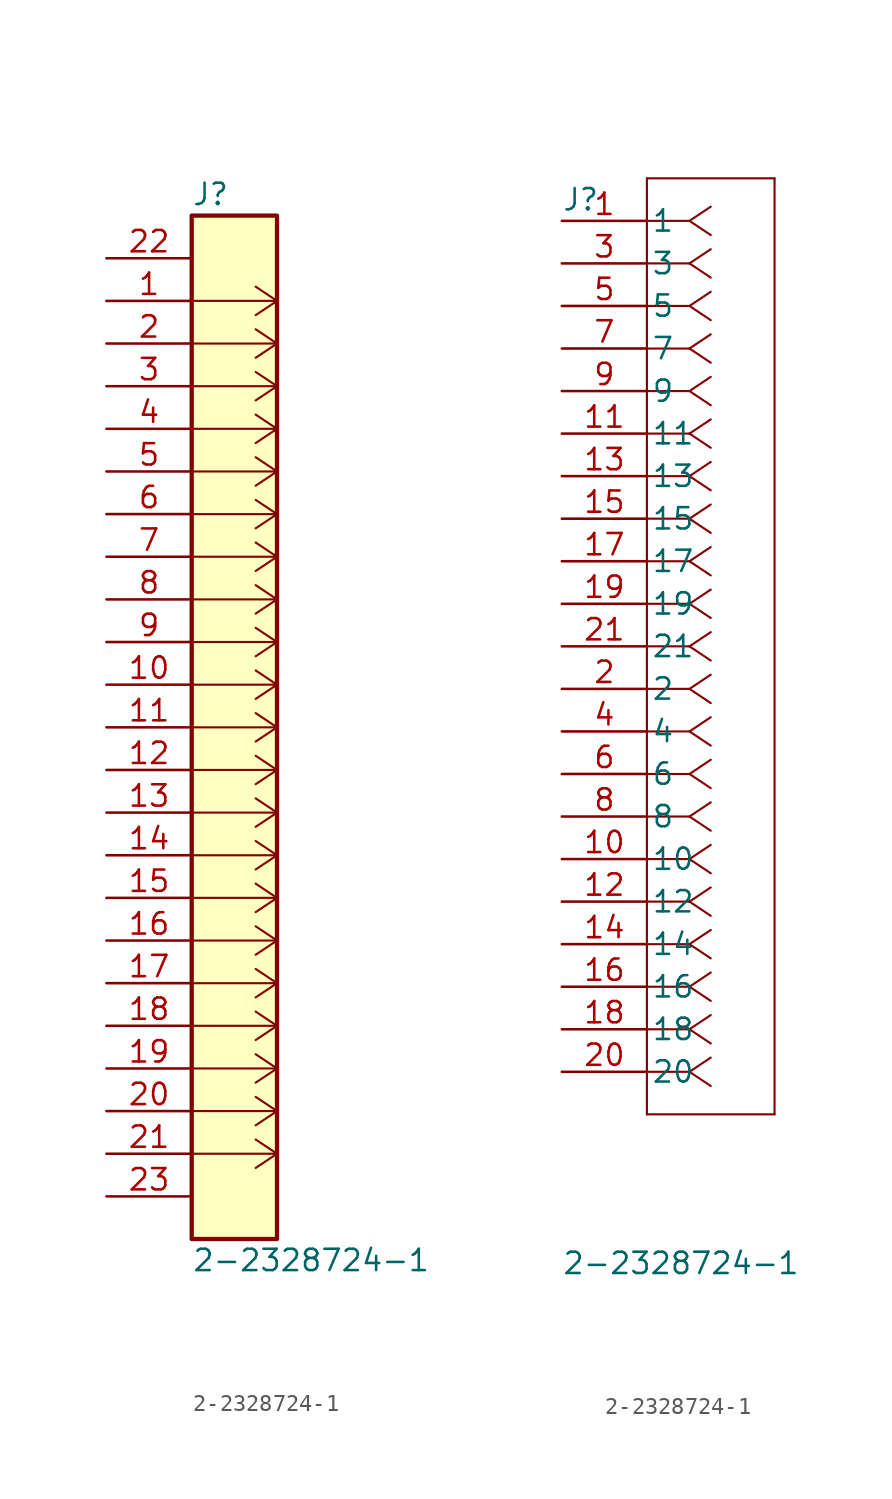
<source format=kicad_sym>
(kicad_symbol_lib
  (version 20231120)
  (generator "kicad_symbol_editor")
  (generator_version "8.0")
  (symbol "2-2328724-1"
    (pin_names
      (offset 0.254))
    (property "Reference" "J"
      (at 0 1.27 0)
      (do_not_autoplace)
      (effects (font (size 1.27 1.27)) (justify left)))
    (property "Value" "2-2328724-1"
      (at 0 -62.23 0)
      (do_not_autoplace)
      (effects (font (size 1.27 1.27)) (justify left)))
    (symbol "2-2328724-1_0_1"
      (rectangle (start 0 0) (end 5.08 -60.96) (stroke (width 0.254) (type default)) (fill (type background))))
    (symbol "2-2328724-1_1_1"
      (polyline (pts (xy 5.08 -55.88) (xy 0 -55.88)) (stroke (width 0.127) (type default)) (fill (type none)))
      (polyline (pts (xy 5.08 -55.88) (xy 3.81 -56.727)) (stroke (width 0.127) (type default)) (fill (type none)))
      (polyline (pts (xy 5.08 -55.88) (xy 3.81 -55.033)) (stroke (width 0.127) (type default)) (fill (type none)))
      (polyline (pts (xy 5.08 -53.34) (xy 0 -53.34)) (stroke (width 0.127) (type default)) (fill (type none)))
      (polyline (pts (xy 5.08 -53.34) (xy 3.81 -54.187)) (stroke (width 0.127) (type default)) (fill (type none)))
      (polyline (pts (xy 5.08 -53.34) (xy 3.81 -52.493)) (stroke (width 0.127) (type default)) (fill (type none)))
      (polyline (pts (xy 5.08 -50.8) (xy 0 -50.8)) (stroke (width 0.127) (type default)) (fill (type none)))
      (polyline (pts (xy 5.08 -50.8) (xy 3.81 -51.647)) (stroke (width 0.127) (type default)) (fill (type none)))
      (polyline (pts (xy 5.08 -50.8) (xy 3.81 -49.953)) (stroke (width 0.127) (type default)) (fill (type none)))
      (polyline (pts (xy 5.08 -48.26) (xy 0 -48.26)) (stroke (width 0.127) (type default)) (fill (type none)))
      (polyline (pts (xy 5.08 -48.26) (xy 3.81 -49.107)) (stroke (width 0.127) (type default)) (fill (type none)))
      (polyline (pts (xy 5.08 -48.26) (xy 3.81 -47.413)) (stroke (width 0.127) (type default)) (fill (type none)))
      (polyline (pts (xy 5.08 -45.72) (xy 0 -45.72)) (stroke (width 0.127) (type default)) (fill (type none)))
      (polyline (pts (xy 5.08 -45.72) (xy 3.81 -46.567)) (stroke (width 0.127) (type default)) (fill (type none)))
      (polyline (pts (xy 5.08 -45.72) (xy 3.81 -44.873)) (stroke (width 0.127) (type default)) (fill (type none)))
      (polyline (pts (xy 5.08 -43.18) (xy 0 -43.18)) (stroke (width 0.127) (type default)) (fill (type none)))
      (polyline (pts (xy 5.08 -43.18) (xy 3.81 -44.027)) (stroke (width 0.127) (type default)) (fill (type none)))
      (polyline (pts (xy 5.08 -43.18) (xy 3.81 -42.333)) (stroke (width 0.127) (type default)) (fill (type none)))
      (polyline (pts (xy 5.08 -40.64) (xy 0 -40.64)) (stroke (width 0.127) (type default)) (fill (type none)))
      (polyline (pts (xy 5.08 -40.64) (xy 3.81 -41.487)) (stroke (width 0.127) (type default)) (fill (type none)))
      (polyline (pts (xy 5.08 -40.64) (xy 3.81 -39.793)) (stroke (width 0.127) (type default)) (fill (type none)))
      (polyline (pts (xy 5.08 -38.1) (xy 0 -38.1)) (stroke (width 0.127) (type default)) (fill (type none)))
      (polyline (pts (xy 5.08 -38.1) (xy 3.81 -38.947)) (stroke (width 0.127) (type default)) (fill (type none)))
      (polyline (pts (xy 5.08 -38.1) (xy 3.81 -37.253)) (stroke (width 0.127) (type default)) (fill (type none)))
      (polyline (pts (xy 5.08 -35.56) (xy 0 -35.56)) (stroke (width 0.127) (type default)) (fill (type none)))
      (polyline (pts (xy 5.08 -35.56) (xy 3.81 -36.407)) (stroke (width 0.127) (type default)) (fill (type none)))
      (polyline (pts (xy 5.08 -35.56) (xy 3.81 -34.713)) (stroke (width 0.127) (type default)) (fill (type none)))
      (polyline (pts (xy 5.08 -33.02) (xy 0 -33.02)) (stroke (width 0.127) (type default)) (fill (type none)))
      (polyline (pts (xy 5.08 -33.02) (xy 3.81 -33.867)) (stroke (width 0.127) (type default)) (fill (type none)))
      (polyline (pts (xy 5.08 -33.02) (xy 3.81 -32.173)) (stroke (width 0.127) (type default)) (fill (type none)))
      (polyline (pts (xy 5.08 -30.48) (xy 0 -30.48)) (stroke (width 0.127) (type default)) (fill (type none)))
      (polyline (pts (xy 5.08 -30.48) (xy 3.81 -31.327)) (stroke (width 0.127) (type default)) (fill (type none)))
      (polyline (pts (xy 5.08 -30.48) (xy 3.81 -29.633)) (stroke (width 0.127) (type default)) (fill (type none)))
      (polyline (pts (xy 5.08 -27.94) (xy 0 -27.94)) (stroke (width 0.127) (type default)) (fill (type none)))
      (polyline (pts (xy 5.08 -27.94) (xy 3.81 -28.787)) (stroke (width 0.127) (type default)) (fill (type none)))
      (polyline (pts (xy 5.08 -27.94) (xy 3.81 -27.093)) (stroke (width 0.127) (type default)) (fill (type none)))
      (polyline (pts (xy 5.08 -25.4) (xy 0 -25.4)) (stroke (width 0.127) (type default)) (fill (type none)))
      (polyline (pts (xy 5.08 -25.4) (xy 3.81 -26.247)) (stroke (width 0.127) (type default)) (fill (type none)))
      (polyline (pts (xy 5.08 -25.4) (xy 3.81 -24.553)) (stroke (width 0.127) (type default)) (fill (type none)))
      (polyline (pts (xy 5.08 -22.86) (xy 0 -22.86)) (stroke (width 0.127) (type default)) (fill (type none)))
      (polyline (pts (xy 5.08 -22.86) (xy 3.81 -23.707)) (stroke (width 0.127) (type default)) (fill (type none)))
      (polyline (pts (xy 5.08 -22.86) (xy 3.81 -22.013)) (stroke (width 0.127) (type default)) (fill (type none)))
      (polyline (pts (xy 5.08 -20.32) (xy 0 -20.32)) (stroke (width 0.127) (type default)) (fill (type none)))
      (polyline (pts (xy 5.08 -20.32) (xy 3.81 -21.167)) (stroke (width 0.127) (type default)) (fill (type none)))
      (polyline (pts (xy 5.08 -20.32) (xy 3.81 -19.473)) (stroke (width 0.127) (type default)) (fill (type none)))
      (polyline (pts (xy 5.08 -17.78) (xy 0 -17.78)) (stroke (width 0.127) (type default)) (fill (type none)))
      (polyline (pts (xy 5.08 -17.78) (xy 3.81 -18.627)) (stroke (width 0.127) (type default)) (fill (type none)))
      (polyline (pts (xy 5.08 -17.78) (xy 3.81 -16.933)) (stroke (width 0.127) (type default)) (fill (type none)))
      (polyline (pts (xy 5.08 -15.24) (xy 0 -15.24)) (stroke (width 0.127) (type default)) (fill (type none)))
      (polyline (pts (xy 5.08 -15.24) (xy 3.81 -16.087)) (stroke (width 0.127) (type default)) (fill (type none)))
      (polyline (pts (xy 5.08 -15.24) (xy 3.81 -14.393)) (stroke (width 0.127) (type default)) (fill (type none)))
      (polyline (pts (xy 5.08 -12.7) (xy 0 -12.7)) (stroke (width 0.127) (type default)) (fill (type none)))
      (polyline (pts (xy 5.08 -12.7) (xy 3.81 -13.547)) (stroke (width 0.127) (type default)) (fill (type none)))
      (polyline (pts (xy 5.08 -12.7) (xy 3.81 -11.853)) (stroke (width 0.127) (type default)) (fill (type none)))
      (polyline (pts (xy 5.08 -10.16) (xy 0 -10.16)) (stroke (width 0.127) (type default)) (fill (type none)))
      (polyline (pts (xy 5.08 -10.16) (xy 3.81 -11.007)) (stroke (width 0.127) (type default)) (fill (type none)))
      (polyline (pts (xy 5.08 -10.16) (xy 3.81 -9.313)) (stroke (width 0.127) (type default)) (fill (type none)))
      (polyline (pts (xy 5.08 -7.62) (xy 0 -7.62)) (stroke (width 0.127) (type default)) (fill (type none)))
      (polyline (pts (xy 5.08 -7.62) (xy 3.81 -8.467)) (stroke (width 0.127) (type default)) (fill (type none)))
      (polyline (pts (xy 5.08 -7.62) (xy 3.81 -6.773)) (stroke (width 0.127) (type default)) (fill (type none)))
      (polyline (pts (xy 5.08 -5.08) (xy 0 -5.08)) (stroke (width 0.127) (type default)) (fill (type none)))
      (polyline (pts (xy 5.08 -5.08) (xy 3.81 -5.927)) (stroke (width 0.127) (type default)) (fill (type none)))
      (polyline (pts (xy 5.08 -5.08) (xy 3.81 -4.233)) (stroke (width 0.127) (type default)) (fill (type none)))
      (pin unspecified line (at -5.08 -5.08 0) (length 5.08) (name "" (effects (font (size 1.27 1.27)))) (number "1" (effects (font (size 1.27 1.27)))))
      (pin unspecified line (at -5.08 -27.94 0) (length 5.08) (name "" (effects (font (size 1.27 1.27)))) (number "10" (effects (font (size 1.27 1.27)))))
      (pin unspecified line (at -5.08 -30.48 0) (length 5.08) (name "" (effects (font (size 1.27 1.27)))) (number "11" (effects (font (size 1.27 1.27)))))
      (pin unspecified line (at -5.08 -33.02 0) (length 5.08) (name "" (effects (font (size 1.27 1.27)))) (number "12" (effects (font (size 1.27 1.27)))))
      (pin unspecified line (at -5.08 -35.56 0) (length 5.08) (name "" (effects (font (size 1.27 1.27)))) (number "13" (effects (font (size 1.27 1.27)))))
      (pin unspecified line (at -5.08 -38.1 0) (length 5.08) (name "" (effects (font (size 1.27 1.27)))) (number "14" (effects (font (size 1.27 1.27)))))
      (pin unspecified line (at -5.08 -40.64 0) (length 5.08) (name "" (effects (font (size 1.27 1.27)))) (number "15" (effects (font (size 1.27 1.27)))))
      (pin unspecified line (at -5.08 -43.18 0) (length 5.08) (name "" (effects (font (size 1.27 1.27)))) (number "16" (effects (font (size 1.27 1.27)))))
      (pin unspecified line (at -5.08 -45.72 0) (length 5.08) (name "" (effects (font (size 1.27 1.27)))) (number "17" (effects (font (size 1.27 1.27)))))
      (pin unspecified line (at -5.08 -48.26 0) (length 5.08) (name "" (effects (font (size 1.27 1.27)))) (number "18" (effects (font (size 1.27 1.27)))))
      (pin unspecified line (at -5.08 -50.8 0) (length 5.08) (name "" (effects (font (size 1.27 1.27)))) (number "19" (effects (font (size 1.27 1.27)))))
      (pin unspecified line (at -5.08 -7.62 0) (length 5.08) (name "" (effects (font (size 1.27 1.27)))) (number "2" (effects (font (size 1.27 1.27)))))
      (pin unspecified line (at -5.08 -53.34 0) (length 5.08) (name "" (effects (font (size 1.27 1.27)))) (number "20" (effects (font (size 1.27 1.27)))))
      (pin unspecified line (at -5.08 -55.88 0) (length 5.08) (name "" (effects (font (size 1.27 1.27)))) (number "21" (effects (font (size 1.27 1.27)))))
      (pin unspecified line (at -5.08 -2.54 0) (length 5.08) (name "" (effects (font (size 1.27 1.27)))) (number "22" (effects (font (size 1.27 1.27)))))
      (pin unspecified line (at -5.08 -58.42 0) (length 5.08) (name "" (effects (font (size 1.27 1.27)))) (number "23" (effects (font (size 1.27 1.27)))))
      (pin unspecified line (at -5.08 -10.16 0) (length 5.08) (name "" (effects (font (size 1.27 1.27)))) (number "3" (effects (font (size 1.27 1.27)))))
      (pin unspecified line (at -5.08 -12.7 0) (length 5.08) (name "" (effects (font (size 1.27 1.27)))) (number "4" (effects (font (size 1.27 1.27)))))
      (pin unspecified line (at -5.08 -15.24 0) (length 5.08) (name "" (effects (font (size 1.27 1.27)))) (number "5" (effects (font (size 1.27 1.27)))))
      (pin unspecified line (at -5.08 -17.78 0) (length 5.08) (name "" (effects (font (size 1.27 1.27)))) (number "6" (effects (font (size 1.27 1.27)))))
      (pin unspecified line (at -5.08 -20.32 0) (length 5.08) (name "" (effects (font (size 1.27 1.27)))) (number "7" (effects (font (size 1.27 1.27)))))
      (pin unspecified line (at -5.08 -22.86 0) (length 5.08) (name "" (effects (font (size 1.27 1.27)))) (number "8" (effects (font (size 1.27 1.27)))))
      (pin unspecified line (at -5.08 -25.4 0) (length 5.08) (name "" (effects (font (size 1.27 1.27)))) (number "9" (effects (font (size 1.27 1.27))))))
    (symbol "2-2328724-1_1_2"
      (polyline (pts (xy 5.08 -53.34) (xy 12.7 -53.34)) (stroke (width 0.127) (type default)) (fill (type none)))
      (polyline (pts (xy 5.08 2.54) (xy 5.08 -53.34)) (stroke (width 0.127) (type default)) (fill (type none)))
      (polyline (pts (xy 7.62 -50.8) (xy 5.08 -50.8)) (stroke (width 0.127) (type default)) (fill (type none)))
      (polyline (pts (xy 7.62 -50.8) (xy 8.89 -51.647)) (stroke (width 0.127) (type default)) (fill (type none)))
      (polyline (pts (xy 7.62 -50.8) (xy 8.89 -49.953)) (stroke (width 0.127) (type default)) (fill (type none)))
      (polyline (pts (xy 7.62 -48.26) (xy 5.08 -48.26)) (stroke (width 0.127) (type default)) (fill (type none)))
      (polyline (pts (xy 7.62 -48.26) (xy 8.89 -49.107)) (stroke (width 0.127) (type default)) (fill (type none)))
      (polyline (pts (xy 7.62 -48.26) (xy 8.89 -47.413)) (stroke (width 0.127) (type default)) (fill (type none)))
      (polyline (pts (xy 7.62 -45.72) (xy 5.08 -45.72)) (stroke (width 0.127) (type default)) (fill (type none)))
      (polyline (pts (xy 7.62 -45.72) (xy 8.89 -46.567)) (stroke (width 0.127) (type default)) (fill (type none)))
      (polyline (pts (xy 7.62 -45.72) (xy 8.89 -44.873)) (stroke (width 0.127) (type default)) (fill (type none)))
      (polyline (pts (xy 7.62 -43.18) (xy 5.08 -43.18)) (stroke (width 0.127) (type default)) (fill (type none)))
      (polyline (pts (xy 7.62 -43.18) (xy 8.89 -44.027)) (stroke (width 0.127) (type default)) (fill (type none)))
      (polyline (pts (xy 7.62 -43.18) (xy 8.89 -42.333)) (stroke (width 0.127) (type default)) (fill (type none)))
      (polyline (pts (xy 7.62 -40.64) (xy 5.08 -40.64)) (stroke (width 0.127) (type default)) (fill (type none)))
      (polyline (pts (xy 7.62 -40.64) (xy 8.89 -41.487)) (stroke (width 0.127) (type default)) (fill (type none)))
      (polyline (pts (xy 7.62 -40.64) (xy 8.89 -39.793)) (stroke (width 0.127) (type default)) (fill (type none)))
      (polyline (pts (xy 7.62 -38.1) (xy 5.08 -38.1)) (stroke (width 0.127) (type default)) (fill (type none)))
      (polyline (pts (xy 7.62 -38.1) (xy 8.89 -38.947)) (stroke (width 0.127) (type default)) (fill (type none)))
      (polyline (pts (xy 7.62 -38.1) (xy 8.89 -37.253)) (stroke (width 0.127) (type default)) (fill (type none)))
      (polyline (pts (xy 7.62 -35.56) (xy 5.08 -35.56)) (stroke (width 0.127) (type default)) (fill (type none)))
      (polyline (pts (xy 7.62 -35.56) (xy 8.89 -36.407)) (stroke (width 0.127) (type default)) (fill (type none)))
      (polyline (pts (xy 7.62 -35.56) (xy 8.89 -34.713)) (stroke (width 0.127) (type default)) (fill (type none)))
      (polyline (pts (xy 7.62 -33.02) (xy 5.08 -33.02)) (stroke (width 0.127) (type default)) (fill (type none)))
      (polyline (pts (xy 7.62 -33.02) (xy 8.89 -33.867)) (stroke (width 0.127) (type default)) (fill (type none)))
      (polyline (pts (xy 7.62 -33.02) (xy 8.89 -32.173)) (stroke (width 0.127) (type default)) (fill (type none)))
      (polyline (pts (xy 7.62 -30.48) (xy 5.08 -30.48)) (stroke (width 0.127) (type default)) (fill (type none)))
      (polyline (pts (xy 7.62 -30.48) (xy 8.89 -31.327)) (stroke (width 0.127) (type default)) (fill (type none)))
      (polyline (pts (xy 7.62 -30.48) (xy 8.89 -29.633)) (stroke (width 0.127) (type default)) (fill (type none)))
      (polyline (pts (xy 7.62 -27.94) (xy 5.08 -27.94)) (stroke (width 0.127) (type default)) (fill (type none)))
      (polyline (pts (xy 7.62 -27.94) (xy 8.89 -28.787)) (stroke (width 0.127) (type default)) (fill (type none)))
      (polyline (pts (xy 7.62 -27.94) (xy 8.89 -27.093)) (stroke (width 0.127) (type default)) (fill (type none)))
      (polyline (pts (xy 7.62 -25.4) (xy 5.08 -25.4)) (stroke (width 0.127) (type default)) (fill (type none)))
      (polyline (pts (xy 7.62 -25.4) (xy 8.89 -26.247)) (stroke (width 0.127) (type default)) (fill (type none)))
      (polyline (pts (xy 7.62 -25.4) (xy 8.89 -24.553)) (stroke (width 0.127) (type default)) (fill (type none)))
      (polyline (pts (xy 7.62 -22.86) (xy 5.08 -22.86)) (stroke (width 0.127) (type default)) (fill (type none)))
      (polyline (pts (xy 7.62 -22.86) (xy 8.89 -23.707)) (stroke (width 0.127) (type default)) (fill (type none)))
      (polyline (pts (xy 7.62 -22.86) (xy 8.89 -22.013)) (stroke (width 0.127) (type default)) (fill (type none)))
      (polyline (pts (xy 7.62 -20.32) (xy 5.08 -20.32)) (stroke (width 0.127) (type default)) (fill (type none)))
      (polyline (pts (xy 7.62 -20.32) (xy 8.89 -21.167)) (stroke (width 0.127) (type default)) (fill (type none)))
      (polyline (pts (xy 7.62 -20.32) (xy 8.89 -19.473)) (stroke (width 0.127) (type default)) (fill (type none)))
      (polyline (pts (xy 7.62 -17.78) (xy 5.08 -17.78)) (stroke (width 0.127) (type default)) (fill (type none)))
      (polyline (pts (xy 7.62 -17.78) (xy 8.89 -18.627)) (stroke (width 0.127) (type default)) (fill (type none)))
      (polyline (pts (xy 7.62 -17.78) (xy 8.89 -16.933)) (stroke (width 0.127) (type default)) (fill (type none)))
      (polyline (pts (xy 7.62 -15.24) (xy 5.08 -15.24)) (stroke (width 0.127) (type default)) (fill (type none)))
      (polyline (pts (xy 7.62 -15.24) (xy 8.89 -16.087)) (stroke (width 0.127) (type default)) (fill (type none)))
      (polyline (pts (xy 7.62 -15.24) (xy 8.89 -14.393)) (stroke (width 0.127) (type default)) (fill (type none)))
      (polyline (pts (xy 7.62 -12.7) (xy 5.08 -12.7)) (stroke (width 0.127) (type default)) (fill (type none)))
      (polyline (pts (xy 7.62 -12.7) (xy 8.89 -13.547)) (stroke (width 0.127) (type default)) (fill (type none)))
      (polyline (pts (xy 7.62 -12.7) (xy 8.89 -11.853)) (stroke (width 0.127) (type default)) (fill (type none)))
      (polyline (pts (xy 7.62 -10.16) (xy 5.08 -10.16)) (stroke (width 0.127) (type default)) (fill (type none)))
      (polyline (pts (xy 7.62 -10.16) (xy 8.89 -11.007)) (stroke (width 0.127) (type default)) (fill (type none)))
      (polyline (pts (xy 7.62 -10.16) (xy 8.89 -9.313)) (stroke (width 0.127) (type default)) (fill (type none)))
      (polyline (pts (xy 7.62 -7.62) (xy 5.08 -7.62)) (stroke (width 0.127) (type default)) (fill (type none)))
      (polyline (pts (xy 7.62 -7.62) (xy 8.89 -8.467)) (stroke (width 0.127) (type default)) (fill (type none)))
      (polyline (pts (xy 7.62 -7.62) (xy 8.89 -6.773)) (stroke (width 0.127) (type default)) (fill (type none)))
      (polyline (pts (xy 7.62 -5.08) (xy 5.08 -5.08)) (stroke (width 0.127) (type default)) (fill (type none)))
      (polyline (pts (xy 7.62 -5.08) (xy 8.89 -5.927)) (stroke (width 0.127) (type default)) (fill (type none)))
      (polyline (pts (xy 7.62 -5.08) (xy 8.89 -4.233)) (stroke (width 0.127) (type default)) (fill (type none)))
      (polyline (pts (xy 7.62 -2.54) (xy 5.08 -2.54)) (stroke (width 0.127) (type default)) (fill (type none)))
      (polyline (pts (xy 7.62 -2.54) (xy 8.89 -3.387)) (stroke (width 0.127) (type default)) (fill (type none)))
      (polyline (pts (xy 7.62 -2.54) (xy 8.89 -1.693)) (stroke (width 0.127) (type default)) (fill (type none)))
      (polyline (pts (xy 7.62 0) (xy 5.08 0)) (stroke (width 0.127) (type default)) (fill (type none)))
      (polyline (pts (xy 7.62 0) (xy 8.89 -0.847)) (stroke (width 0.127) (type default)) (fill (type none)))
      (polyline (pts (xy 7.62 0) (xy 8.89 0.847)) (stroke (width 0.127) (type default)) (fill (type none)))
      (polyline (pts (xy 12.7 -53.34) (xy 12.7 2.54)) (stroke (width 0.127) (type default)) (fill (type none)))
      (polyline (pts (xy 12.7 2.54) (xy 5.08 2.54)) (stroke (width 0.127) (type default)) (fill (type none)))
      (pin unspecified line (at 0 0 0) (length 5.08) (name "1" (effects (font (size 1.27 1.27)))) (number "1" (effects (font (size 1.27 1.27)))))
      (pin unspecified line (at 0 -38.1 0) (length 5.08) (name "10" (effects (font (size 1.27 1.27)))) (number "10" (effects (font (size 1.27 1.27)))))
      (pin unspecified line (at 0 -12.7 0) (length 5.08) (name "11" (effects (font (size 1.27 1.27)))) (number "11" (effects (font (size 1.27 1.27)))))
      (pin unspecified line (at 0 -40.64 0) (length 5.08) (name "12" (effects (font (size 1.27 1.27)))) (number "12" (effects (font (size 1.27 1.27)))))
      (pin unspecified line (at 0 -15.24 0) (length 5.08) (name "13" (effects (font (size 1.27 1.27)))) (number "13" (effects (font (size 1.27 1.27)))))
      (pin unspecified line (at 0 -43.18 0) (length 5.08) (name "14" (effects (font (size 1.27 1.27)))) (number "14" (effects (font (size 1.27 1.27)))))
      (pin unspecified line (at 0 -17.78 0) (length 5.08) (name "15" (effects (font (size 1.27 1.27)))) (number "15" (effects (font (size 1.27 1.27)))))
      (pin unspecified line (at 0 -45.72 0) (length 5.08) (name "16" (effects (font (size 1.27 1.27)))) (number "16" (effects (font (size 1.27 1.27)))))
      (pin unspecified line (at 0 -20.32 0) (length 5.08) (name "17" (effects (font (size 1.27 1.27)))) (number "17" (effects (font (size 1.27 1.27)))))
      (pin unspecified line (at 0 -48.26 0) (length 5.08) (name "18" (effects (font (size 1.27 1.27)))) (number "18" (effects (font (size 1.27 1.27)))))
      (pin unspecified line (at 0 -22.86 0) (length 5.08) (name "19" (effects (font (size 1.27 1.27)))) (number "19" (effects (font (size 1.27 1.27)))))
      (pin unspecified line (at 0 -27.94 0) (length 5.08) (name "2" (effects (font (size 1.27 1.27)))) (number "2" (effects (font (size 1.27 1.27)))))
      (pin unspecified line (at 0 -50.8 0) (length 5.08) (name "20" (effects (font (size 1.27 1.27)))) (number "20" (effects (font (size 1.27 1.27)))))
      (pin unspecified line (at 0 -25.4 0) (length 5.08) (name "21" (effects (font (size 1.27 1.27)))) (number "21" (effects (font (size 1.27 1.27)))))
      (pin unspecified line (at 0 -2.54 0) (length 5.08) (name "3" (effects (font (size 1.27 1.27)))) (number "3" (effects (font (size 1.27 1.27)))))
      (pin unspecified line (at 0 -30.48 0) (length 5.08) (name "4" (effects (font (size 1.27 1.27)))) (number "4" (effects (font (size 1.27 1.27)))))
      (pin unspecified line (at 0 -5.08 0) (length 5.08) (name "5" (effects (font (size 1.27 1.27)))) (number "5" (effects (font (size 1.27 1.27)))))
      (pin unspecified line (at 0 -33.02 0) (length 5.08) (name "6" (effects (font (size 1.27 1.27)))) (number "6" (effects (font (size 1.27 1.27)))))
      (pin unspecified line (at 0 -7.62 0) (length 5.08) (name "7" (effects (font (size 1.27 1.27)))) (number "7" (effects (font (size 1.27 1.27)))))
      (pin unspecified line (at 0 -35.56 0) (length 5.08) (name "8" (effects (font (size 1.27 1.27)))) (number "8" (effects (font (size 1.27 1.27)))))
      (pin unspecified line (at 0 -10.16 0) (length 5.08) (name "9" (effects (font (size 1.27 1.27)))) (number "9" (effects (font (size 1.27 1.27))))))))
</source>
